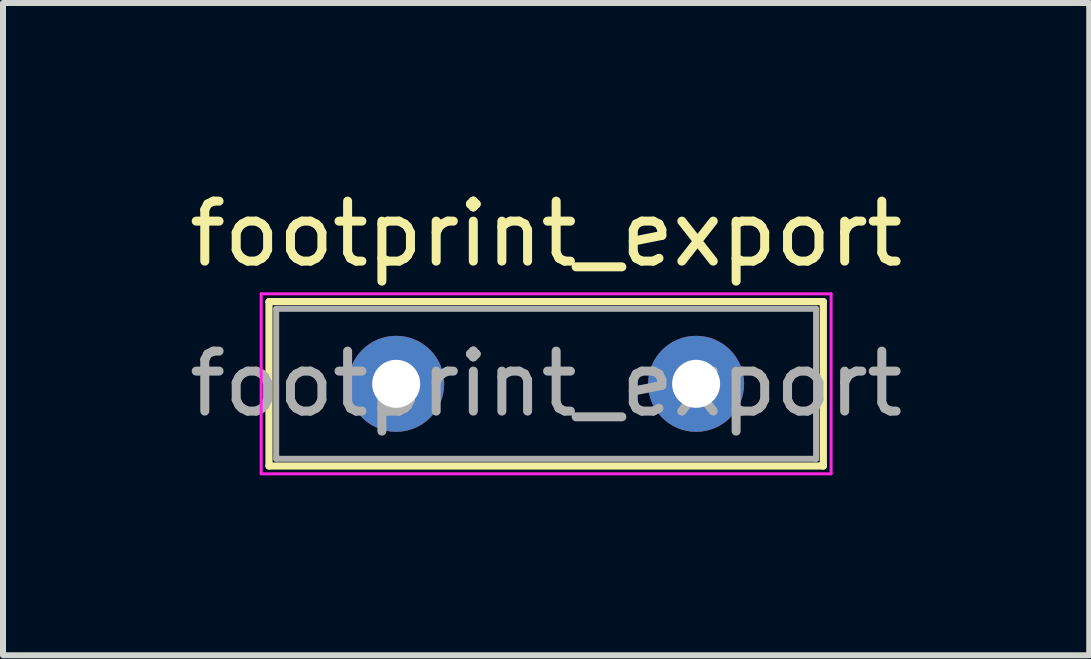
<source format=kicad_pcb>
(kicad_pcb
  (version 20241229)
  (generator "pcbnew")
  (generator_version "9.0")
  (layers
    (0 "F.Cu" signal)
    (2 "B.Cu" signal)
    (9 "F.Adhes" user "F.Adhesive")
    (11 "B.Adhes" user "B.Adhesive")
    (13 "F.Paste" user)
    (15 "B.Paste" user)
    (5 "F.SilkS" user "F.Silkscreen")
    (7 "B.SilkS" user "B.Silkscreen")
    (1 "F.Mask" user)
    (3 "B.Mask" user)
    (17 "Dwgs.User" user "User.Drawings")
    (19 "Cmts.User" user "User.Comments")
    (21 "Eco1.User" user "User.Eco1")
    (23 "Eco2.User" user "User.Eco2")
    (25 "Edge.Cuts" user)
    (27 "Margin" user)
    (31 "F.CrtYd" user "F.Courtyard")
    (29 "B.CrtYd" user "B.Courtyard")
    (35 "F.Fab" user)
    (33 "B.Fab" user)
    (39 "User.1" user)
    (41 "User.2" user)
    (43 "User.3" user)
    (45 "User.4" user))
  (footprint "footprint_export"
    (layer "F.Cu")
    (at 3.554 3.348)
    (property "Reference" "footprint_export" (at 2.5 -2.5 0) (layer "F.SilkS") (effects (font (size 1 1) (thickness 0.15))))
    (attr through_hole)
    (fp_line (start -2.12 -1.37) (end -2.12 1.37) (stroke (width 0.12) (type solid)) (layer "F.SilkS"))
    (fp_line (start -2.12 -1.37) (end 7.12 -1.37) (stroke (width 0.12) (type solid)) (layer "F.SilkS"))
    (fp_line (start -2.12 1.37) (end 7.12 1.37) (stroke (width 0.12) (type solid)) (layer "F.SilkS"))
    (fp_line (start 7.12 -1.37) (end 7.12 1.37) (stroke (width 0.12) (type solid)) (layer "F.SilkS"))
    (fp_line (start -2.25 -1.5) (end -2.25 1.5) (stroke (width 0.05) (type solid)) (layer "F.CrtYd"))
    (fp_line (start -2.25 1.5) (end 7.25 1.5) (stroke (width 0.05) (type solid)) (layer "F.CrtYd"))
    (fp_line (start 7.25 -1.5) (end -2.25 -1.5) (stroke (width 0.05) (type solid)) (layer "F.CrtYd"))
    (fp_line (start 7.25 1.5) (end 7.25 -1.5) (stroke (width 0.05) (type solid)) (layer "F.CrtYd"))
    (fp_line (start -2 -1.25) (end -2 1.25) (stroke (width 0.1) (type solid)) (layer "F.Fab"))
    (fp_line (start -2 1.25) (end 7 1.25) (stroke (width 0.1) (type solid)) (layer "F.Fab"))
    (fp_line (start 7 -1.25) (end -2 -1.25) (stroke (width 0.1) (type solid)) (layer "F.Fab"))
    (fp_line (start 7 1.25) (end 7 -1.25) (stroke (width 0.1) (type solid)) (layer "F.Fab"))
    (fp_text user "${REFERENCE}" (at 2.5 0 0) (layer "F.Fab") (effects (font (size 1 1) (thickness 0.15))))
    (pad "1" thru_hole circle (at 0 0) (size 1.6 1.6) (drill 0.8) (layers "*.Cu" "*.Mask"))
    (pad "2" thru_hole circle (at 5 0) (size 1.6 1.6) (drill 0.8) (layers "*.Cu" "*.Mask")))
  (gr_rect
    (start -3 -3)
    (end 15.107 7.873)
    (stroke (width 0.1) (type default))
    (fill no)
    (layer "Edge.Cuts")))
</source>
